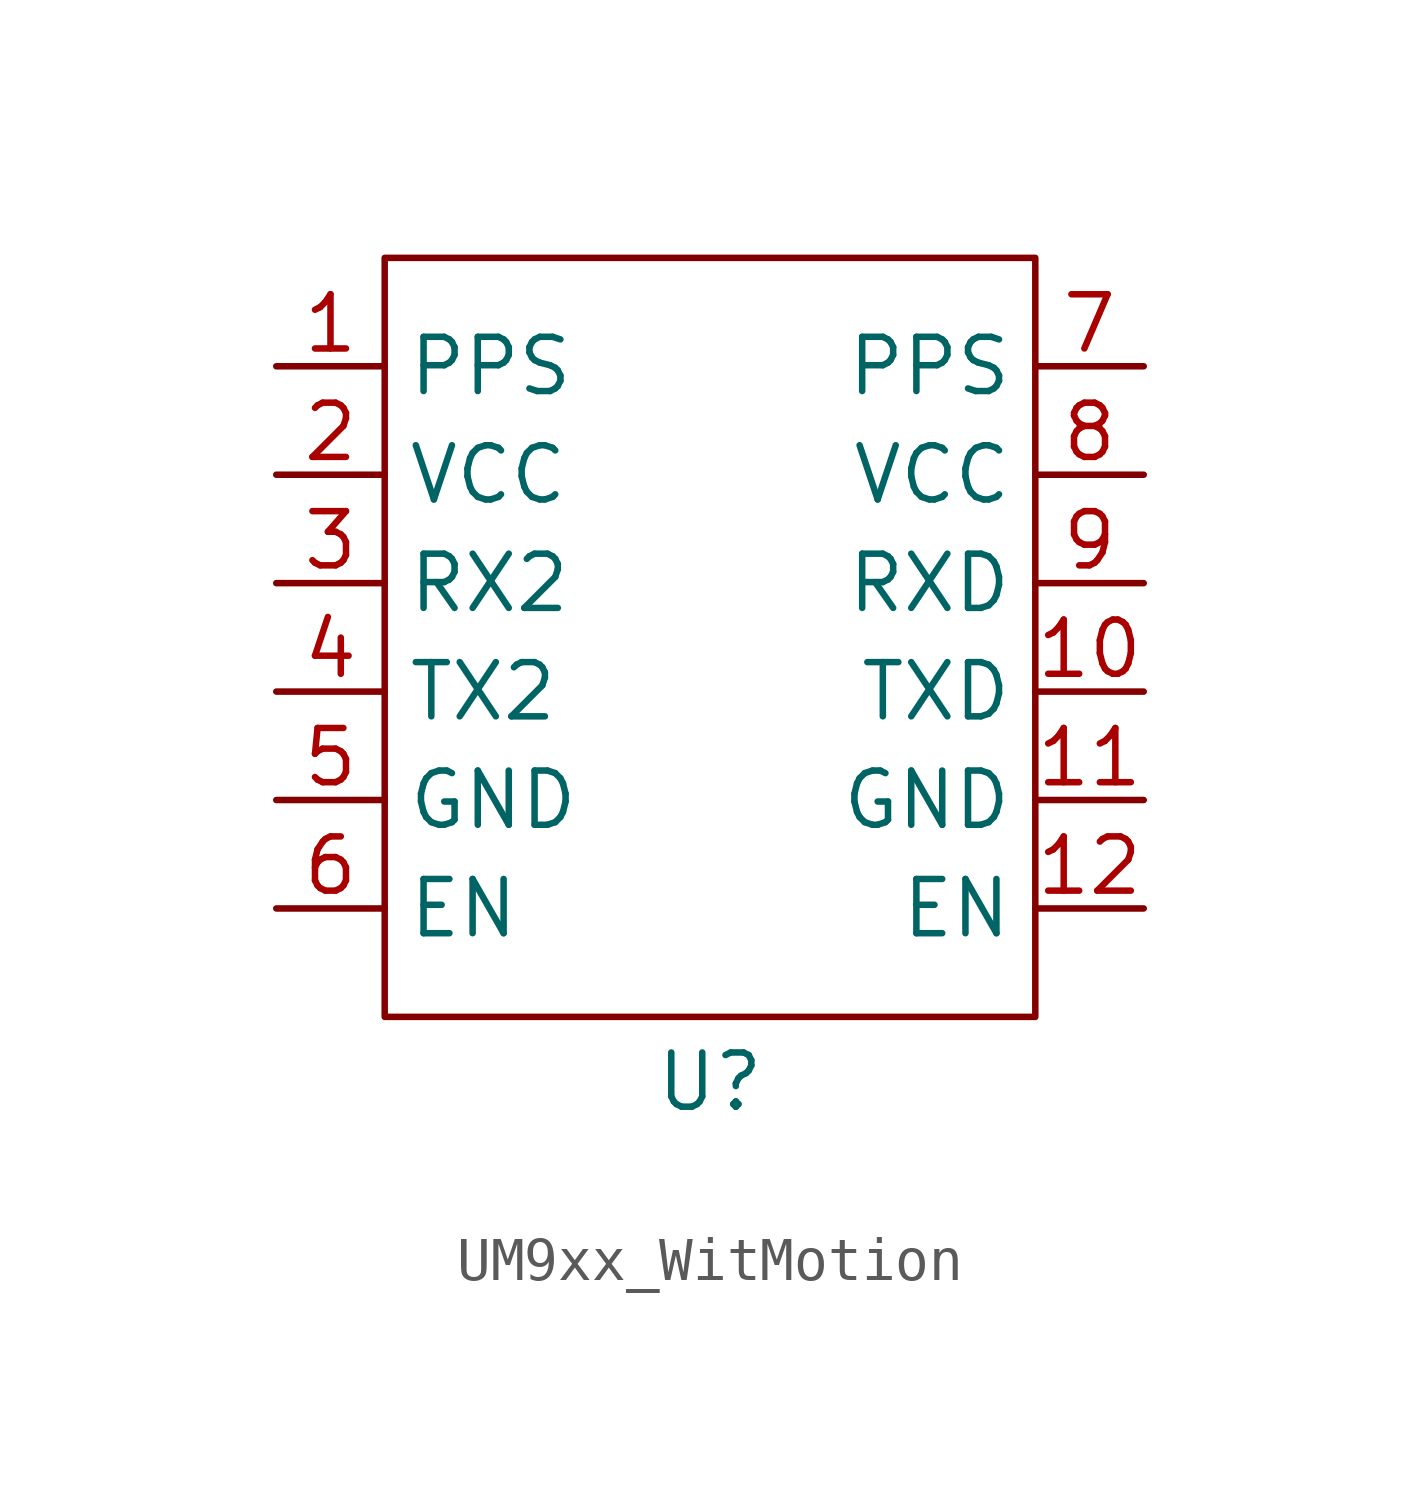
<source format=kicad_sym>
(kicad_symbol_lib
  (version 20231120)
  (generator "kicad_symbol_editor")
  (generator_version "8.0")
  (symbol "UM9xx_WitMotion"
    (property "Reference" "U"
      (at 7.62 1.016 0)
      (effects (font (size 1.27 1.27))))
    (property "Value" ""
      (at 0 0 0)
      (effects (font (size 1.27 1.27))))
    (symbol "UM9xx_WitMotion_0_1"
      (rectangle (start 0 20.32) (end 15.24 2.54) (stroke (width 0) (type default)) (fill (type none))))
    (symbol "UM9xx_WitMotion_1_1"
      (pin output line (at -2.54 17.78 0) (length 2.54) (name "PPS" (effects (font (size 1.27 1.27)))) (number "1" (effects (font (size 1.27 1.27)))))
      (pin output line (at 17.78 10.16 180) (length 2.54) (name "TXD" (effects (font (size 1.27 1.27)))) (number "10" (effects (font (size 1.27 1.27)))))
      (pin input line (at 17.78 7.62 180) (length 2.54) (name "GND" (effects (font (size 1.27 1.27)))) (number "11" (effects (font (size 1.27 1.27)))))
      (pin output line (at 17.78 5.08 180) (length 2.54) (name "EN" (effects (font (size 1.27 1.27)))) (number "12" (effects (font (size 1.27 1.27)))))
      (pin input line (at -2.54 15.24 0) (length 2.54) (name "VCC" (effects (font (size 1.27 1.27)))) (number "2" (effects (font (size 1.27 1.27)))))
      (pin input line (at -2.54 12.7 0) (length 2.54) (name "RX2" (effects (font (size 1.27 1.27)))) (number "3" (effects (font (size 1.27 1.27)))))
      (pin output line (at -2.54 10.16 0) (length 2.54) (name "TX2" (effects (font (size 1.27 1.27)))) (number "4" (effects (font (size 1.27 1.27)))))
      (pin input line (at -2.54 7.62 0) (length 2.54) (name "GND" (effects (font (size 1.27 1.27)))) (number "5" (effects (font (size 1.27 1.27)))))
      (pin output line (at -2.54 5.08 0) (length 2.54) (name "EN" (effects (font (size 1.27 1.27)))) (number "6" (effects (font (size 1.27 1.27)))))
      (pin output line (at 17.78 17.78 180) (length 2.54) (name "PPS" (effects (font (size 1.27 1.27)))) (number "7" (effects (font (size 1.27 1.27)))))
      (pin input line (at 17.78 15.24 180) (length 2.54) (name "VCC" (effects (font (size 1.27 1.27)))) (number "8" (effects (font (size 1.27 1.27)))))
      (pin input line (at 17.78 12.7 180) (length 2.54) (name "RXD" (effects (font (size 1.27 1.27)))) (number "9" (effects (font (size 1.27 1.27))))))))
</source>
